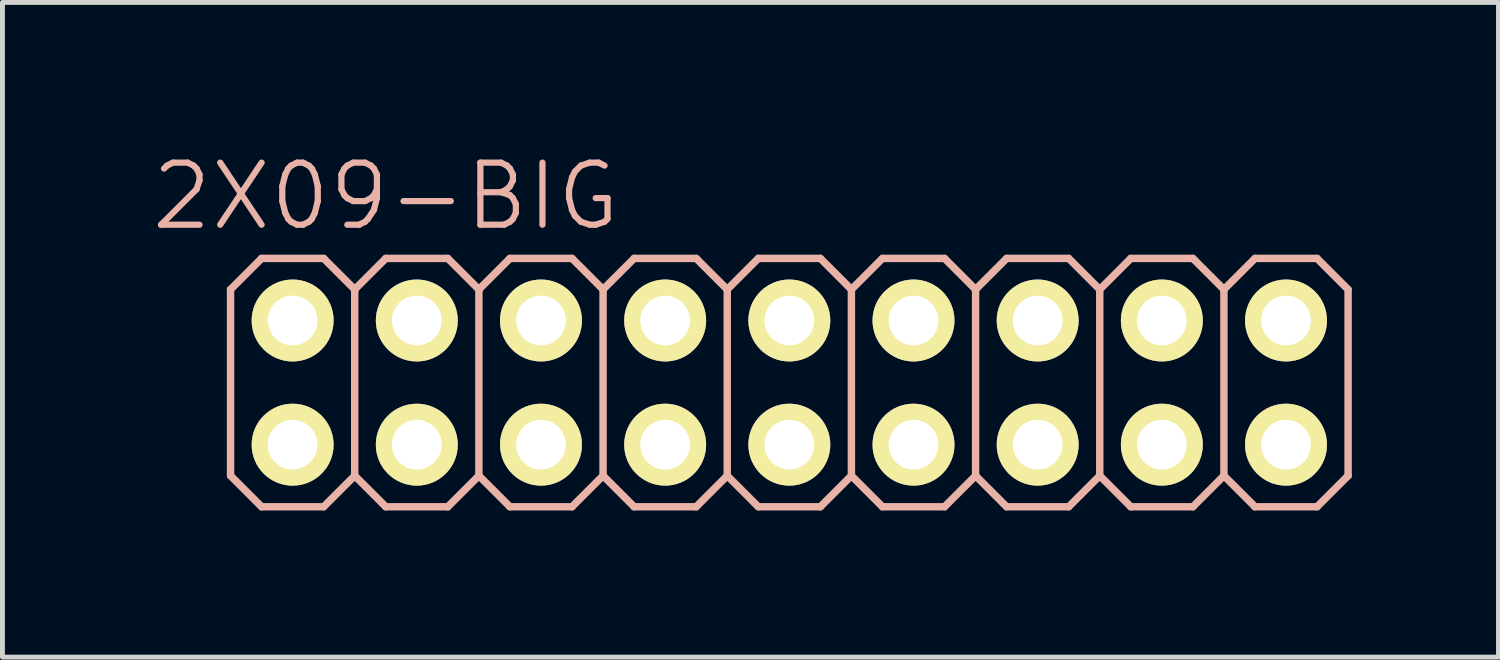
<source format=kicad_pcb>
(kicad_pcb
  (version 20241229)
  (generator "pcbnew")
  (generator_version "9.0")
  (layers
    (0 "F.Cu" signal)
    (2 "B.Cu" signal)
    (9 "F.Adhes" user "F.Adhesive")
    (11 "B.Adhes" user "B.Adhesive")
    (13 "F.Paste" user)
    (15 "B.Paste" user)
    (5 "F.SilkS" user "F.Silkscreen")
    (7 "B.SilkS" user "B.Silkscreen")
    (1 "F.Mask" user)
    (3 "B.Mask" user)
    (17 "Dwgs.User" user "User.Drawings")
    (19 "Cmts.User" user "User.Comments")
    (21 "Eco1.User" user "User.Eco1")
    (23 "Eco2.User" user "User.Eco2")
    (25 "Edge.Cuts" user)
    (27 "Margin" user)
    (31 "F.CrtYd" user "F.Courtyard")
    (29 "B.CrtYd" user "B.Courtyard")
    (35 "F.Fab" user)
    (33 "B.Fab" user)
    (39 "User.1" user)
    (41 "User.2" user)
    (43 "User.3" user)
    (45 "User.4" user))
  (footprint "2X09-BIG"
    (layer "F.Cu")
    (at 13.096 4.776)
    (property "Reference" "2X09-BIG" (at -8.255 -3.81 0) (layer "B.SilkS") (effects (font (size 1.27 1.27) (thickness 0.127))))
    (attr exclude_from_pos_files exclude_from_bom)
    (fp_line (start -10.414 -1.524) (end -9.906 -1.524) (stroke (width 0.066) (type solid)) (layer "F.SilkS"))
    (fp_line (start -10.414 -1.016) (end -10.414 -1.524) (stroke (width 0.066) (type solid)) (layer "F.SilkS"))
    (fp_line (start -10.414 -1.016) (end -9.906 -1.016) (stroke (width 0.066) (type solid)) (layer "F.SilkS"))
    (fp_line (start -10.414 1.016) (end -9.906 1.016) (stroke (width 0.066) (type solid)) (layer "F.SilkS"))
    (fp_line (start -10.414 1.524) (end -10.414 1.016) (stroke (width 0.066) (type solid)) (layer "F.SilkS"))
    (fp_line (start -10.414 1.524) (end -9.906 1.524) (stroke (width 0.066) (type solid)) (layer "F.SilkS"))
    (fp_line (start -9.906 -1.016) (end -9.906 -1.524) (stroke (width 0.066) (type solid)) (layer "F.SilkS"))
    (fp_line (start -9.906 1.524) (end -9.906 1.016) (stroke (width 0.066) (type solid)) (layer "F.SilkS"))
    (fp_line (start -7.874 -1.524) (end -7.366 -1.524) (stroke (width 0.066) (type solid)) (layer "F.SilkS"))
    (fp_line (start -7.874 -1.016) (end -7.874 -1.524) (stroke (width 0.066) (type solid)) (layer "F.SilkS"))
    (fp_line (start -7.874 -1.016) (end -7.366 -1.016) (stroke (width 0.066) (type solid)) (layer "F.SilkS"))
    (fp_line (start -7.874 1.016) (end -7.366 1.016) (stroke (width 0.066) (type solid)) (layer "F.SilkS"))
    (fp_line (start -7.874 1.524) (end -7.874 1.016) (stroke (width 0.066) (type solid)) (layer "F.SilkS"))
    (fp_line (start -7.874 1.524) (end -7.366 1.524) (stroke (width 0.066) (type solid)) (layer "F.SilkS"))
    (fp_line (start -7.366 -1.016) (end -7.366 -1.524) (stroke (width 0.066) (type solid)) (layer "F.SilkS"))
    (fp_line (start -7.366 1.524) (end -7.366 1.016) (stroke (width 0.066) (type solid)) (layer "F.SilkS"))
    (fp_line (start -5.334 -1.524) (end -4.826 -1.524) (stroke (width 0.066) (type solid)) (layer "F.SilkS"))
    (fp_line (start -5.334 -1.016) (end -5.334 -1.524) (stroke (width 0.066) (type solid)) (layer "F.SilkS"))
    (fp_line (start -5.334 -1.016) (end -4.826 -1.016) (stroke (width 0.066) (type solid)) (layer "F.SilkS"))
    (fp_line (start -5.334 1.016) (end -4.826 1.016) (stroke (width 0.066) (type solid)) (layer "F.SilkS"))
    (fp_line (start -5.334 1.524) (end -5.334 1.016) (stroke (width 0.066) (type solid)) (layer "F.SilkS"))
    (fp_line (start -5.334 1.524) (end -4.826 1.524) (stroke (width 0.066) (type solid)) (layer "F.SilkS"))
    (fp_line (start -4.826 -1.016) (end -4.826 -1.524) (stroke (width 0.066) (type solid)) (layer "F.SilkS"))
    (fp_line (start -4.826 1.524) (end -4.826 1.016) (stroke (width 0.066) (type solid)) (layer "F.SilkS"))
    (fp_line (start -2.794 -1.524) (end -2.286 -1.524) (stroke (width 0.066) (type solid)) (layer "F.SilkS"))
    (fp_line (start -2.794 -1.016) (end -2.794 -1.524) (stroke (width 0.066) (type solid)) (layer "F.SilkS"))
    (fp_line (start -2.794 -1.016) (end -2.286 -1.016) (stroke (width 0.066) (type solid)) (layer "F.SilkS"))
    (fp_line (start -2.794 1.016) (end -2.286 1.016) (stroke (width 0.066) (type solid)) (layer "F.SilkS"))
    (fp_line (start -2.794 1.524) (end -2.794 1.016) (stroke (width 0.066) (type solid)) (layer "F.SilkS"))
    (fp_line (start -2.794 1.524) (end -2.286 1.524) (stroke (width 0.066) (type solid)) (layer "F.SilkS"))
    (fp_line (start -2.286 -1.016) (end -2.286 -1.524) (stroke (width 0.066) (type solid)) (layer "F.SilkS"))
    (fp_line (start -2.286 1.524) (end -2.286 1.016) (stroke (width 0.066) (type solid)) (layer "F.SilkS"))
    (fp_line (start -0.254 -1.524) (end 0.254 -1.524) (stroke (width 0.066) (type solid)) (layer "F.SilkS"))
    (fp_line (start -0.254 -1.016) (end -0.254 -1.524) (stroke (width 0.066) (type solid)) (layer "F.SilkS"))
    (fp_line (start -0.254 -1.016) (end 0.254 -1.016) (stroke (width 0.066) (type solid)) (layer "F.SilkS"))
    (fp_line (start -0.254 1.016) (end 0.254 1.016) (stroke (width 0.066) (type solid)) (layer "F.SilkS"))
    (fp_line (start -0.254 1.524) (end -0.254 1.016) (stroke (width 0.066) (type solid)) (layer "F.SilkS"))
    (fp_line (start -0.254 1.524) (end 0.254 1.524) (stroke (width 0.066) (type solid)) (layer "F.SilkS"))
    (fp_line (start 0.254 -1.016) (end 0.254 -1.524) (stroke (width 0.066) (type solid)) (layer "F.SilkS"))
    (fp_line (start 0.254 1.524) (end 0.254 1.016) (stroke (width 0.066) (type solid)) (layer "F.SilkS"))
    (fp_line (start 2.286 -1.524) (end 2.794 -1.524) (stroke (width 0.066) (type solid)) (layer "F.SilkS"))
    (fp_line (start 2.286 -1.016) (end 2.286 -1.524) (stroke (width 0.066) (type solid)) (layer "F.SilkS"))
    (fp_line (start 2.286 -1.016) (end 2.794 -1.016) (stroke (width 0.066) (type solid)) (layer "F.SilkS"))
    (fp_line (start 2.286 1.016) (end 2.794 1.016) (stroke (width 0.066) (type solid)) (layer "F.SilkS"))
    (fp_line (start 2.286 1.524) (end 2.286 1.016) (stroke (width 0.066) (type solid)) (layer "F.SilkS"))
    (fp_line (start 2.286 1.524) (end 2.794 1.524) (stroke (width 0.066) (type solid)) (layer "F.SilkS"))
    (fp_line (start 2.794 -1.016) (end 2.794 -1.524) (stroke (width 0.066) (type solid)) (layer "F.SilkS"))
    (fp_line (start 2.794 1.524) (end 2.794 1.016) (stroke (width 0.066) (type solid)) (layer "F.SilkS"))
    (fp_line (start 4.826 -1.524) (end 5.334 -1.524) (stroke (width 0.066) (type solid)) (layer "F.SilkS"))
    (fp_line (start 4.826 -1.016) (end 4.826 -1.524) (stroke (width 0.066) (type solid)) (layer "F.SilkS"))
    (fp_line (start 4.826 -1.016) (end 5.334 -1.016) (stroke (width 0.066) (type solid)) (layer "F.SilkS"))
    (fp_line (start 4.826 1.016) (end 5.334 1.016) (stroke (width 0.066) (type solid)) (layer "F.SilkS"))
    (fp_line (start 4.826 1.524) (end 4.826 1.016) (stroke (width 0.066) (type solid)) (layer "F.SilkS"))
    (fp_line (start 4.826 1.524) (end 5.334 1.524) (stroke (width 0.066) (type solid)) (layer "F.SilkS"))
    (fp_line (start 5.334 -1.016) (end 5.334 -1.524) (stroke (width 0.066) (type solid)) (layer "F.SilkS"))
    (fp_line (start 5.334 1.524) (end 5.334 1.016) (stroke (width 0.066) (type solid)) (layer "F.SilkS"))
    (fp_line (start 7.366 -1.524) (end 7.874 -1.524) (stroke (width 0.066) (type solid)) (layer "F.SilkS"))
    (fp_line (start 7.366 -1.016) (end 7.366 -1.524) (stroke (width 0.066) (type solid)) (layer "F.SilkS"))
    (fp_line (start 7.366 -1.016) (end 7.874 -1.016) (stroke (width 0.066) (type solid)) (layer "F.SilkS"))
    (fp_line (start 7.366 1.016) (end 7.874 1.016) (stroke (width 0.066) (type solid)) (layer "F.SilkS"))
    (fp_line (start 7.366 1.524) (end 7.366 1.016) (stroke (width 0.066) (type solid)) (layer "F.SilkS"))
    (fp_line (start 7.366 1.524) (end 7.874 1.524) (stroke (width 0.066) (type solid)) (layer "F.SilkS"))
    (fp_line (start 7.874 -1.016) (end 7.874 -1.524) (stroke (width 0.066) (type solid)) (layer "F.SilkS"))
    (fp_line (start 7.874 1.524) (end 7.874 1.016) (stroke (width 0.066) (type solid)) (layer "F.SilkS"))
    (fp_line (start 9.906 -1.524) (end 10.414 -1.524) (stroke (width 0.066) (type solid)) (layer "F.SilkS"))
    (fp_line (start 9.906 -1.016) (end 9.906 -1.524) (stroke (width 0.066) (type solid)) (layer "F.SilkS"))
    (fp_line (start 9.906 -1.016) (end 10.414 -1.016) (stroke (width 0.066) (type solid)) (layer "F.SilkS"))
    (fp_line (start 9.906 1.016) (end 10.414 1.016) (stroke (width 0.066) (type solid)) (layer "F.SilkS"))
    (fp_line (start 9.906 1.524) (end 9.906 1.016) (stroke (width 0.066) (type solid)) (layer "F.SilkS"))
    (fp_line (start 9.906 1.524) (end 10.414 1.524) (stroke (width 0.066) (type solid)) (layer "F.SilkS"))
    (fp_line (start 10.414 -1.016) (end 10.414 -1.524) (stroke (width 0.066) (type solid)) (layer "F.SilkS"))
    (fp_line (start 10.414 1.524) (end 10.414 1.016) (stroke (width 0.066) (type solid)) (layer "F.SilkS"))
    (fp_line (start -11.43 -1.905) (end -10.795 -2.54) (stroke (width 0.152) (type solid)) (layer "B.SilkS"))
    (fp_line (start -11.43 1.905) (end -11.43 -1.905) (stroke (width 0.152) (type solid)) (layer "B.SilkS"))
    (fp_line (start -11.43 1.905) (end -10.795 2.54) (stroke (width 0.152) (type solid)) (layer "B.SilkS"))
    (fp_line (start -10.795 -2.54) (end -9.525 -2.54) (stroke (width 0.152) (type solid)) (layer "B.SilkS"))
    (fp_line (start -10.795 2.54) (end -9.525 2.54) (stroke (width 0.152) (type solid)) (layer "B.SilkS"))
    (fp_line (start -9.525 -2.54) (end -8.89 -1.905) (stroke (width 0.152) (type solid)) (layer "B.SilkS"))
    (fp_line (start -9.525 2.54) (end -8.89 1.905) (stroke (width 0.152) (type solid)) (layer "B.SilkS"))
    (fp_line (start -8.89 -1.905) (end -8.89 1.905) (stroke (width 0.152) (type solid)) (layer "B.SilkS"))
    (fp_line (start -8.89 -1.905) (end -8.255 -2.54) (stroke (width 0.152) (type solid)) (layer "B.SilkS"))
    (fp_line (start -8.89 1.905) (end -8.255 2.54) (stroke (width 0.152) (type solid)) (layer "B.SilkS"))
    (fp_line (start -8.255 -2.54) (end -6.985 -2.54) (stroke (width 0.152) (type solid)) (layer "B.SilkS"))
    (fp_line (start -8.255 2.54) (end -6.985 2.54) (stroke (width 0.152) (type solid)) (layer "B.SilkS"))
    (fp_line (start -6.985 -2.54) (end -6.35 -1.905) (stroke (width 0.152) (type solid)) (layer "B.SilkS"))
    (fp_line (start -6.985 2.54) (end -6.35 1.905) (stroke (width 0.152) (type solid)) (layer "B.SilkS"))
    (fp_line (start -6.35 -1.905) (end -6.35 1.905) (stroke (width 0.152) (type solid)) (layer "B.SilkS"))
    (fp_line (start -6.35 -1.905) (end -5.715 -2.54) (stroke (width 0.152) (type solid)) (layer "B.SilkS"))
    (fp_line (start -6.35 1.905) (end -5.715 2.54) (stroke (width 0.152) (type solid)) (layer "B.SilkS"))
    (fp_line (start -5.715 -2.54) (end -4.445 -2.54) (stroke (width 0.152) (type solid)) (layer "B.SilkS"))
    (fp_line (start -5.715 2.54) (end -4.445 2.54) (stroke (width 0.152) (type solid)) (layer "B.SilkS"))
    (fp_line (start -4.445 -2.54) (end -3.81 -1.905) (stroke (width 0.152) (type solid)) (layer "B.SilkS"))
    (fp_line (start -4.445 2.54) (end -3.81 1.905) (stroke (width 0.152) (type solid)) (layer "B.SilkS"))
    (fp_line (start -3.81 -1.905) (end -3.81 1.905) (stroke (width 0.152) (type solid)) (layer "B.SilkS"))
    (fp_line (start -3.81 -1.905) (end -3.175 -2.54) (stroke (width 0.152) (type solid)) (layer "B.SilkS"))
    (fp_line (start -3.81 1.905) (end -3.175 2.54) (stroke (width 0.152) (type solid)) (layer "B.SilkS"))
    (fp_line (start -3.175 -2.54) (end -1.905 -2.54) (stroke (width 0.152) (type solid)) (layer "B.SilkS"))
    (fp_line (start -3.175 2.54) (end -1.905 2.54) (stroke (width 0.152) (type solid)) (layer "B.SilkS"))
    (fp_line (start -1.905 -2.54) (end -1.27 -1.905) (stroke (width 0.152) (type solid)) (layer "B.SilkS"))
    (fp_line (start -1.905 2.54) (end -1.27 1.905) (stroke (width 0.152) (type solid)) (layer "B.SilkS"))
    (fp_line (start -1.27 -1.905) (end -1.27 1.905) (stroke (width 0.152) (type solid)) (layer "B.SilkS"))
    (fp_line (start -1.27 -1.905) (end -0.635 -2.54) (stroke (width 0.152) (type solid)) (layer "B.SilkS"))
    (fp_line (start -1.27 1.905) (end -0.635 2.54) (stroke (width 0.152) (type solid)) (layer "B.SilkS"))
    (fp_line (start -0.635 -2.54) (end 0.635 -2.54) (stroke (width 0.152) (type solid)) (layer "B.SilkS"))
    (fp_line (start -0.635 2.54) (end 0.635 2.54) (stroke (width 0.152) (type solid)) (layer "B.SilkS"))
    (fp_line (start 0.635 -2.54) (end 1.27 -1.905) (stroke (width 0.152) (type solid)) (layer "B.SilkS"))
    (fp_line (start 0.635 2.54) (end 1.27 1.905) (stroke (width 0.152) (type solid)) (layer "B.SilkS"))
    (fp_line (start 1.27 -1.905) (end 1.27 1.905) (stroke (width 0.152) (type solid)) (layer "B.SilkS"))
    (fp_line (start 1.27 -1.905) (end 1.905 -2.54) (stroke (width 0.152) (type solid)) (layer "B.SilkS"))
    (fp_line (start 1.27 1.905) (end 1.905 2.54) (stroke (width 0.152) (type solid)) (layer "B.SilkS"))
    (fp_line (start 1.905 -2.54) (end 3.175 -2.54) (stroke (width 0.152) (type solid)) (layer "B.SilkS"))
    (fp_line (start 1.905 2.54) (end 3.175 2.54) (stroke (width 0.152) (type solid)) (layer "B.SilkS"))
    (fp_line (start 3.175 -2.54) (end 3.81 -1.905) (stroke (width 0.152) (type solid)) (layer "B.SilkS"))
    (fp_line (start 3.175 2.54) (end 3.81 1.905) (stroke (width 0.152) (type solid)) (layer "B.SilkS"))
    (fp_line (start 3.81 -1.905) (end 3.81 1.905) (stroke (width 0.152) (type solid)) (layer "B.SilkS"))
    (fp_line (start 3.81 -1.905) (end 4.445 -2.54) (stroke (width 0.152) (type solid)) (layer "B.SilkS"))
    (fp_line (start 3.81 1.905) (end 4.445 2.54) (stroke (width 0.152) (type solid)) (layer "B.SilkS"))
    (fp_line (start 4.445 -2.54) (end 5.715 -2.54) (stroke (width 0.152) (type solid)) (layer "B.SilkS"))
    (fp_line (start 4.445 2.54) (end 5.715 2.54) (stroke (width 0.152) (type solid)) (layer "B.SilkS"))
    (fp_line (start 5.715 -2.54) (end 6.35 -1.905) (stroke (width 0.152) (type solid)) (layer "B.SilkS"))
    (fp_line (start 6.35 -1.905) (end 6.35 1.905) (stroke (width 0.152) (type solid)) (layer "B.SilkS"))
    (fp_line (start 6.35 -1.905) (end 6.985 -2.54) (stroke (width 0.152) (type solid)) (layer "B.SilkS"))
    (fp_line (start 6.35 1.905) (end 5.715 2.54) (stroke (width 0.152) (type solid)) (layer "B.SilkS"))
    (fp_line (start 6.35 1.905) (end 6.985 2.54) (stroke (width 0.152) (type solid)) (layer "B.SilkS"))
    (fp_line (start 6.985 -2.54) (end 8.255 -2.54) (stroke (width 0.152) (type solid)) (layer "B.SilkS"))
    (fp_line (start 6.985 2.54) (end 8.255 2.54) (stroke (width 0.152) (type solid)) (layer "B.SilkS"))
    (fp_line (start 8.255 -2.54) (end 8.89 -1.905) (stroke (width 0.152) (type solid)) (layer "B.SilkS"))
    (fp_line (start 8.89 -1.905) (end 8.89 1.905) (stroke (width 0.152) (type solid)) (layer "B.SilkS"))
    (fp_line (start 8.89 -1.905) (end 9.525 -2.54) (stroke (width 0.152) (type solid)) (layer "B.SilkS"))
    (fp_line (start 8.89 1.905) (end 8.255 2.54) (stroke (width 0.152) (type solid)) (layer "B.SilkS"))
    (fp_line (start 8.89 1.905) (end 9.525 2.54) (stroke (width 0.152) (type solid)) (layer "B.SilkS"))
    (fp_line (start 9.525 -2.54) (end 10.795 -2.54) (stroke (width 0.152) (type solid)) (layer "B.SilkS"))
    (fp_line (start 9.525 2.54) (end 10.795 2.54) (stroke (width 0.152) (type solid)) (layer "B.SilkS"))
    (fp_line (start 10.795 -2.54) (end 11.43 -1.905) (stroke (width 0.152) (type solid)) (layer "B.SilkS"))
    (fp_line (start 11.43 -1.905) (end 11.43 1.905) (stroke (width 0.152) (type solid)) (layer "B.SilkS"))
    (fp_line (start 11.43 1.905) (end 10.795 2.54) (stroke (width 0.152) (type solid)) (layer "B.SilkS"))
    (pad "1" thru_hole circle (at -10.16 1.27) (size 1.676 1.676) (drill 1.016) (layers "*.Cu" "F.Mask" "F.SilkS" "F.Paste"))
    (pad "2" thru_hole circle (at -10.16 -1.27) (size 1.676 1.676) (drill 1.016) (layers "*.Cu" "F.Mask" "F.SilkS" "F.Paste"))
    (pad "3" thru_hole circle (at -7.62 1.27) (size 1.676 1.676) (drill 1.016) (layers "*.Cu" "F.Mask" "F.SilkS" "F.Paste"))
    (pad "4" thru_hole circle (at -7.62 -1.27) (size 1.676 1.676) (drill 1.016) (layers "*.Cu" "F.Mask" "F.SilkS" "F.Paste"))
    (pad "5" thru_hole circle (at -5.08 1.27) (size 1.676 1.676) (drill 1.016) (layers "*.Cu" "F.Mask" "F.SilkS" "F.Paste"))
    (pad "6" thru_hole circle (at -5.08 -1.27) (size 1.676 1.676) (drill 1.016) (layers "*.Cu" "F.Mask" "F.SilkS" "F.Paste"))
    (pad "7" thru_hole circle (at -2.54 1.27) (size 1.676 1.676) (drill 1.016) (layers "*.Cu" "F.Mask" "F.SilkS" "F.Paste"))
    (pad "8" thru_hole circle (at -2.54 -1.27) (size 1.676 1.676) (drill 1.016) (layers "*.Cu" "F.Mask" "F.SilkS" "F.Paste"))
    (pad "9" thru_hole circle (at 0 1.27) (size 1.676 1.676) (drill 1.016) (layers "*.Cu" "F.Mask" "F.SilkS" "F.Paste"))
    (pad "10" thru_hole circle (at 0 -1.27) (size 1.676 1.676) (drill 1.016) (layers "*.Cu" "F.Mask" "F.SilkS" "F.Paste"))
    (pad "11" thru_hole circle (at 2.54 1.27) (size 1.676 1.676) (drill 1.016) (layers "*.Cu" "F.Mask" "F.SilkS" "F.Paste"))
    (pad "12" thru_hole circle (at 2.54 -1.27) (size 1.676 1.676) (drill 1.016) (layers "*.Cu" "F.Mask" "F.SilkS" "F.Paste"))
    (pad "13" thru_hole circle (at 5.08 1.27) (size 1.676 1.676) (drill 1.016) (layers "*.Cu" "F.Mask" "F.SilkS" "F.Paste"))
    (pad "14" thru_hole circle (at 5.08 -1.27) (size 1.676 1.676) (drill 1.016) (layers "*.Cu" "F.Mask" "F.SilkS" "F.Paste"))
    (pad "15" thru_hole circle (at 7.62 1.27) (size 1.676 1.676) (drill 1.016) (layers "*.Cu" "F.Mask" "F.SilkS" "F.Paste"))
    (pad "16" thru_hole circle (at 7.62 -1.27) (size 1.676 1.676) (drill 1.016) (layers "*.Cu" "F.Mask" "F.SilkS" "F.Paste"))
    (pad "17" thru_hole circle (at 10.16 1.27) (size 1.676 1.676) (drill 1.016) (layers "*.Cu" "F.Mask" "F.SilkS" "F.Paste"))
    (pad "18" thru_hole circle (at 10.16 -1.27) (size 1.676 1.676) (drill 1.016) (layers "*.Cu" "F.Mask" "F.SilkS" "F.Paste")))
  (gr_rect
    (start -3 -3)
    (end 27.602 10.392)
    (stroke (width 0.1) (type default))
    (fill no)
    (layer "Edge.Cuts")))
</source>
